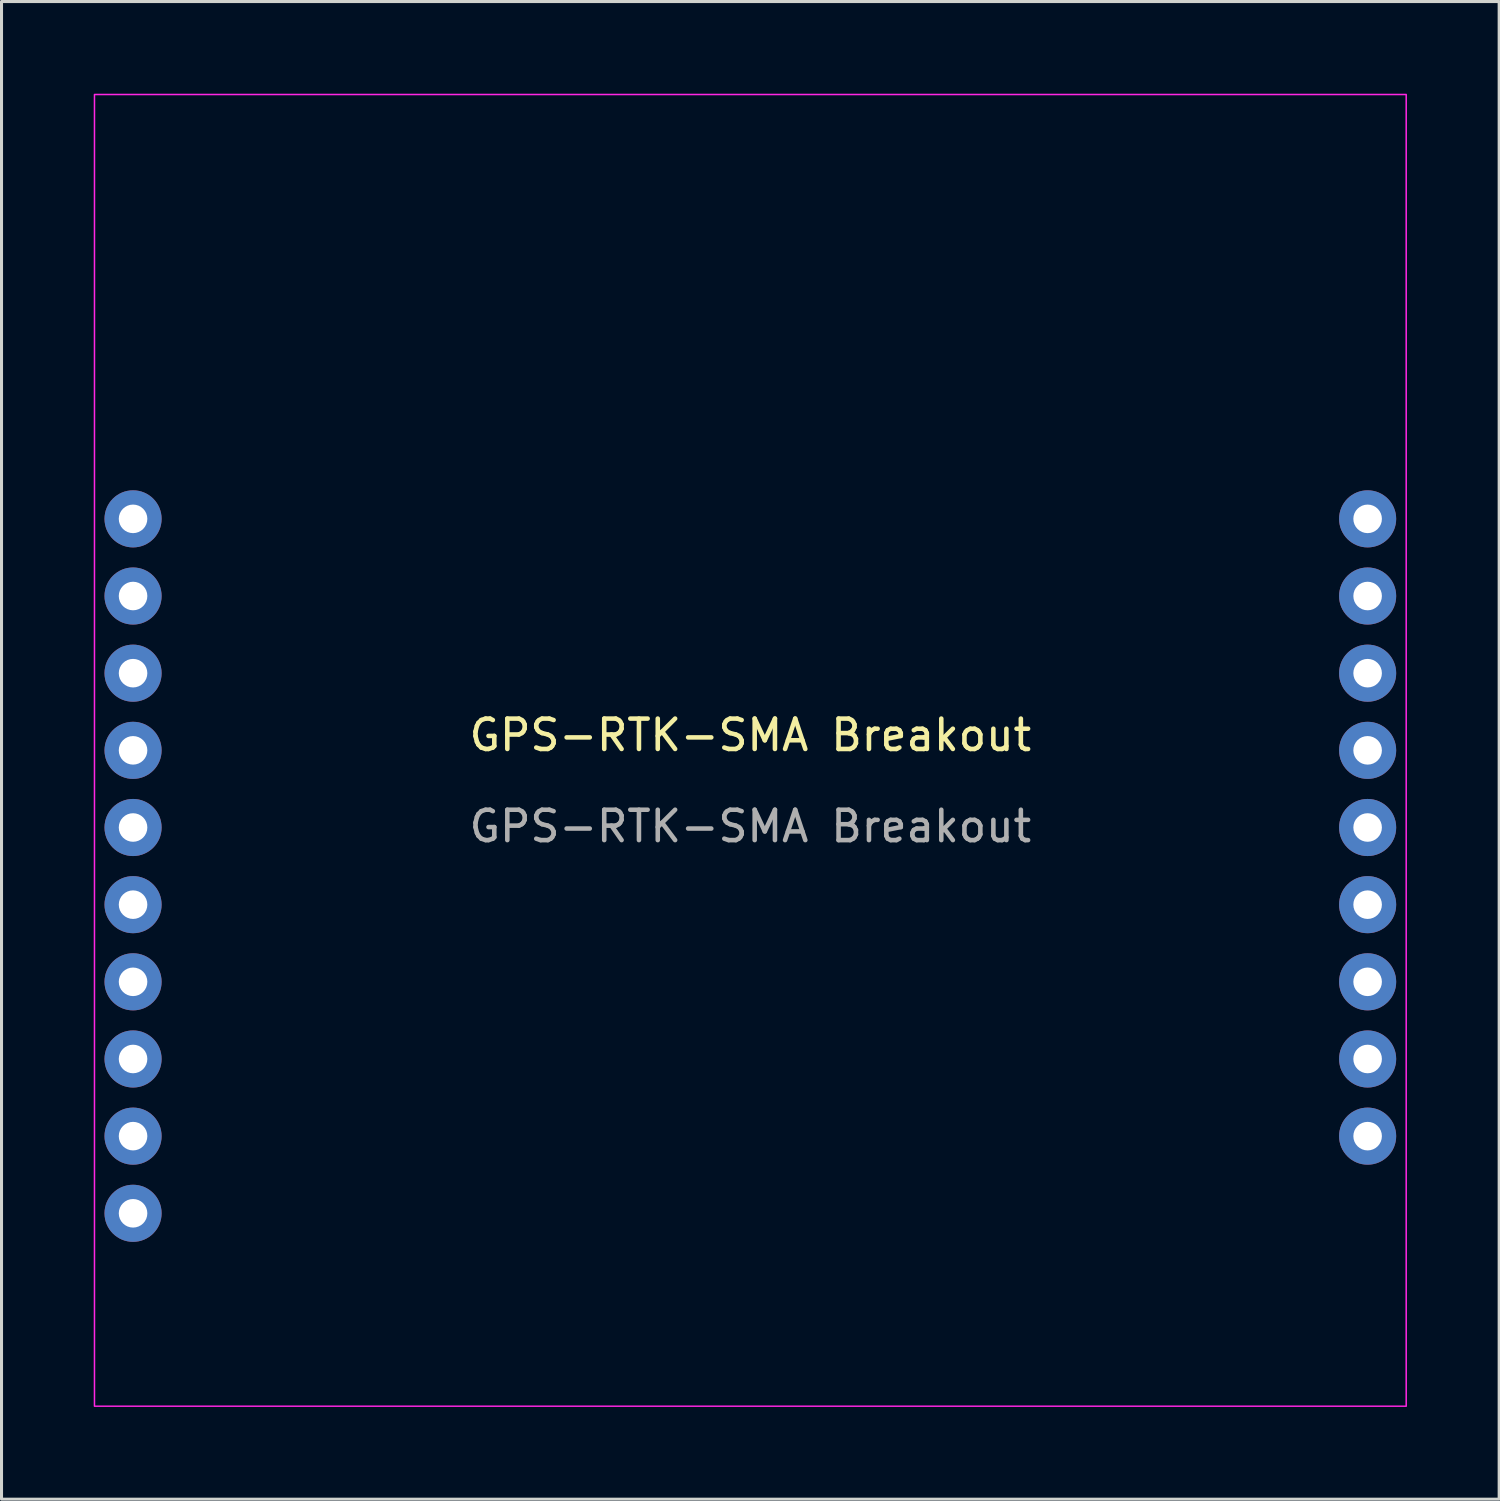
<source format=kicad_pcb>
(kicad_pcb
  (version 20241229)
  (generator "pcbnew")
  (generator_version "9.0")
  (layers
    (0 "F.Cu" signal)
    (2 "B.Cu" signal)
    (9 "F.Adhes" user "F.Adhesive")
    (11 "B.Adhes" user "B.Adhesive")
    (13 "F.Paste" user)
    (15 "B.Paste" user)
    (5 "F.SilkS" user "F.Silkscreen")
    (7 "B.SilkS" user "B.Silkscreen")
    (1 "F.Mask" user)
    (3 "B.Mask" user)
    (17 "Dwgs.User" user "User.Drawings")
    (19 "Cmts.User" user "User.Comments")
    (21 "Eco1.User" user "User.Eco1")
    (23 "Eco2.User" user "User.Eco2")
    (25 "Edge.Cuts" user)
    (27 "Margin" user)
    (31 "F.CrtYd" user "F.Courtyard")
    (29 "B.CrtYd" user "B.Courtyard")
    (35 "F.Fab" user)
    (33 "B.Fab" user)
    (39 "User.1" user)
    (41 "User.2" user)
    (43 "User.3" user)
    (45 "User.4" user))
  (footprint "GPS-RTK-SMA Breakout"
    (layer "F.Cu")
    (at 21.65 21.65)
    (property "Reference" "GPS-RTK-SMA Breakout" (at 0 -0.5 0) (unlocked yes) (layer "F.SilkS") (effects (font (size 1 1) (thickness 0.15))))
    (attr through_hole)
    (fp_rect (start -21.59 -21.59) (end 21.59 21.59) (stroke (width 0.12) (type solid)) (fill no) (layer "F.Mask"))
    (fp_rect (start -13.97 21.59) (end 0 20.32) (stroke (width 0.12) (type solid)) (fill no) (layer "F.Mask"))
    (fp_rect (start -11.43 -21.59) (end -6.35 -19.05) (stroke (width 0.12) (type solid)) (fill no) (layer "F.Mask"))
    (fp_rect (start -21.59 -21.59) (end 21.59 21.59) (stroke (width 0.05) (type solid)) (fill no) (layer "F.CrtYd"))
    (fp_text user "SMA" (at -6.35 19.05 0) (unlocked yes) (layer "F.Mask") (effects (font (size 1 1) (thickness 0.15))))
    (fp_text user "USB" (at -8.89 -20.32 0) (unlocked yes) (layer "F.Mask") (effects (font (size 1 1) (thickness 0.15))))
    (fp_text user "${REFERENCE}" (at 0 2.5 0) (unlocked yes) (layer "F.Fab") (effects (font (size 1 1) (thickness 0.15))))
    (pad "1" thru_hole circle (at -20.32 -7.62) (size 1.88 1.88) (drill 0.94) (layers "*.Cu" "*.Mask"))
    (pad "2" thru_hole circle (at -20.32 -5.08) (size 1.88 1.88) (drill 0.94) (layers "*.Cu" "*.Mask"))
    (pad "3" thru_hole circle (at -20.32 -2.54) (size 1.88 1.88) (drill 0.94) (layers "*.Cu" "*.Mask"))
    (pad "4" thru_hole circle (at -20.32 0) (size 1.88 1.88) (drill 0.94) (layers "*.Cu" "*.Mask"))
    (pad "5" thru_hole circle (at -20.32 2.54) (size 1.88 1.88) (drill 0.94) (layers "*.Cu" "*.Mask"))
    (pad "6" thru_hole circle (at -20.32 5.08) (size 1.88 1.88) (drill 0.94) (layers "*.Cu" "*.Mask"))
    (pad "7" thru_hole circle (at -20.32 7.62) (size 1.88 1.88) (drill 0.94) (layers "*.Cu" "*.Mask"))
    (pad "8" thru_hole circle (at -20.32 10.16) (size 1.88 1.88) (drill 0.94) (layers "*.Cu" "*.Mask"))
    (pad "9" thru_hole circle (at -20.32 12.7) (size 1.88 1.88) (drill 0.94) (layers "*.Cu" "*.Mask"))
    (pad "10" thru_hole circle (at -20.32 15.24) (size 1.88 1.88) (drill 0.94) (layers "*.Cu" "*.Mask"))
    (pad "11" thru_hole circle (at 20.32 -7.62) (size 1.88 1.88) (drill 0.94) (layers "*.Cu" "*.Mask"))
    (pad "12" thru_hole circle (at 20.32 -5.08) (size 1.88 1.88) (drill 0.94) (layers "*.Cu" "*.Mask"))
    (pad "13" thru_hole circle (at 20.32 -2.54) (size 1.88 1.88) (drill 0.94) (layers "*.Cu" "*.Mask"))
    (pad "14" thru_hole circle (at 20.32 0) (size 1.88 1.88) (drill 0.94) (layers "*.Cu" "*.Mask"))
    (pad "15" thru_hole circle (at 20.32 2.54) (size 1.88 1.88) (drill 0.94) (layers "*.Cu" "*.Mask"))
    (pad "16" thru_hole circle (at 20.32 5.08) (size 1.88 1.88) (drill 0.94) (layers "*.Cu" "*.Mask"))
    (pad "17" thru_hole circle (at 20.32 7.62) (size 1.88 1.88) (drill 0.94) (layers "*.Cu" "*.Mask"))
    (pad "18" thru_hole circle (at 20.32 10.16) (size 1.88 1.88) (drill 0.94) (layers "*.Cu" "*.Mask"))
    (pad "19" thru_hole circle (at 20.32 12.7) (size 1.88 1.88) (drill 0.94) (layers "*.Cu" "*.Mask")))
  (gr_rect
    (start -3 -3)
    (end 46.3 46.3)
    (stroke (width 0.1) (type default))
    (fill no)
    (layer "Edge.Cuts")))
</source>
